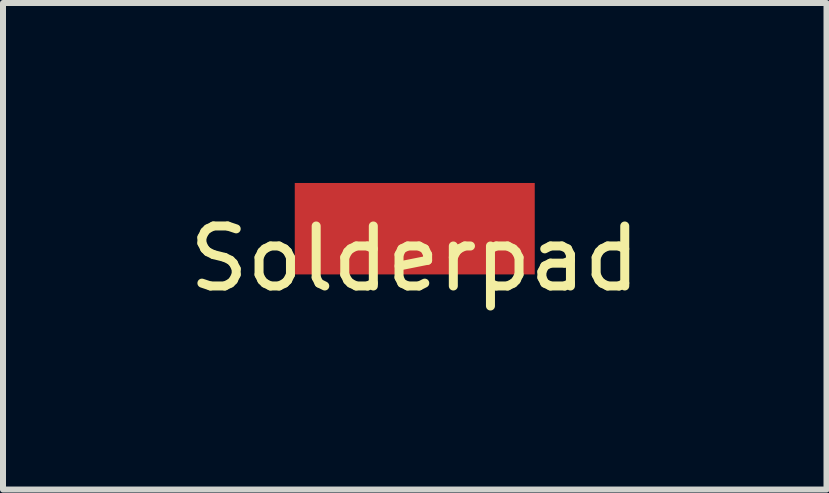
<source format=kicad_pcb>
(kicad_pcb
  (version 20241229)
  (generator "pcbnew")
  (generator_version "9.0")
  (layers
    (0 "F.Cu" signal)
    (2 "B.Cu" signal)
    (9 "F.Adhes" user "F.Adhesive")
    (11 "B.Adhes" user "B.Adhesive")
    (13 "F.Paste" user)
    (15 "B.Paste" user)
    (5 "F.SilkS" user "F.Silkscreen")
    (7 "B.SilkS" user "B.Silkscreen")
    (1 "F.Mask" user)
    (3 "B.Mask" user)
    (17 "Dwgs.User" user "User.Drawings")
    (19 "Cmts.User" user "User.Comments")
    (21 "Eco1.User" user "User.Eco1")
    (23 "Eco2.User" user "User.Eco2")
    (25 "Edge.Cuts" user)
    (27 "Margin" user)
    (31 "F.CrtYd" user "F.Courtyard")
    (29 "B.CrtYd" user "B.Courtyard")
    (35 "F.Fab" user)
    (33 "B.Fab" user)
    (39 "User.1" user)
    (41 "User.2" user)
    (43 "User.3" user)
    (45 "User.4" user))
  (footprint "Solderpad"
    (layer "F.Cu")
    (at 3.863 0.762)
    (property "Reference" "Solderpad" (at 0 0.5 0) (layer "F.SilkS") (effects (font (size 1 1) (thickness 0.15))))
    (attr through_hole)
    (pad "1" smd trapezoid (at 0 0) (size 4 1.524) (layers "F.Cu" "F.Mask" "F.Paste")))
  (gr_rect
    (start -3 -3)
    (end 10.726 5.11)
    (stroke (width 0.1) (type default))
    (fill no)
    (layer "Edge.Cuts")))
</source>
